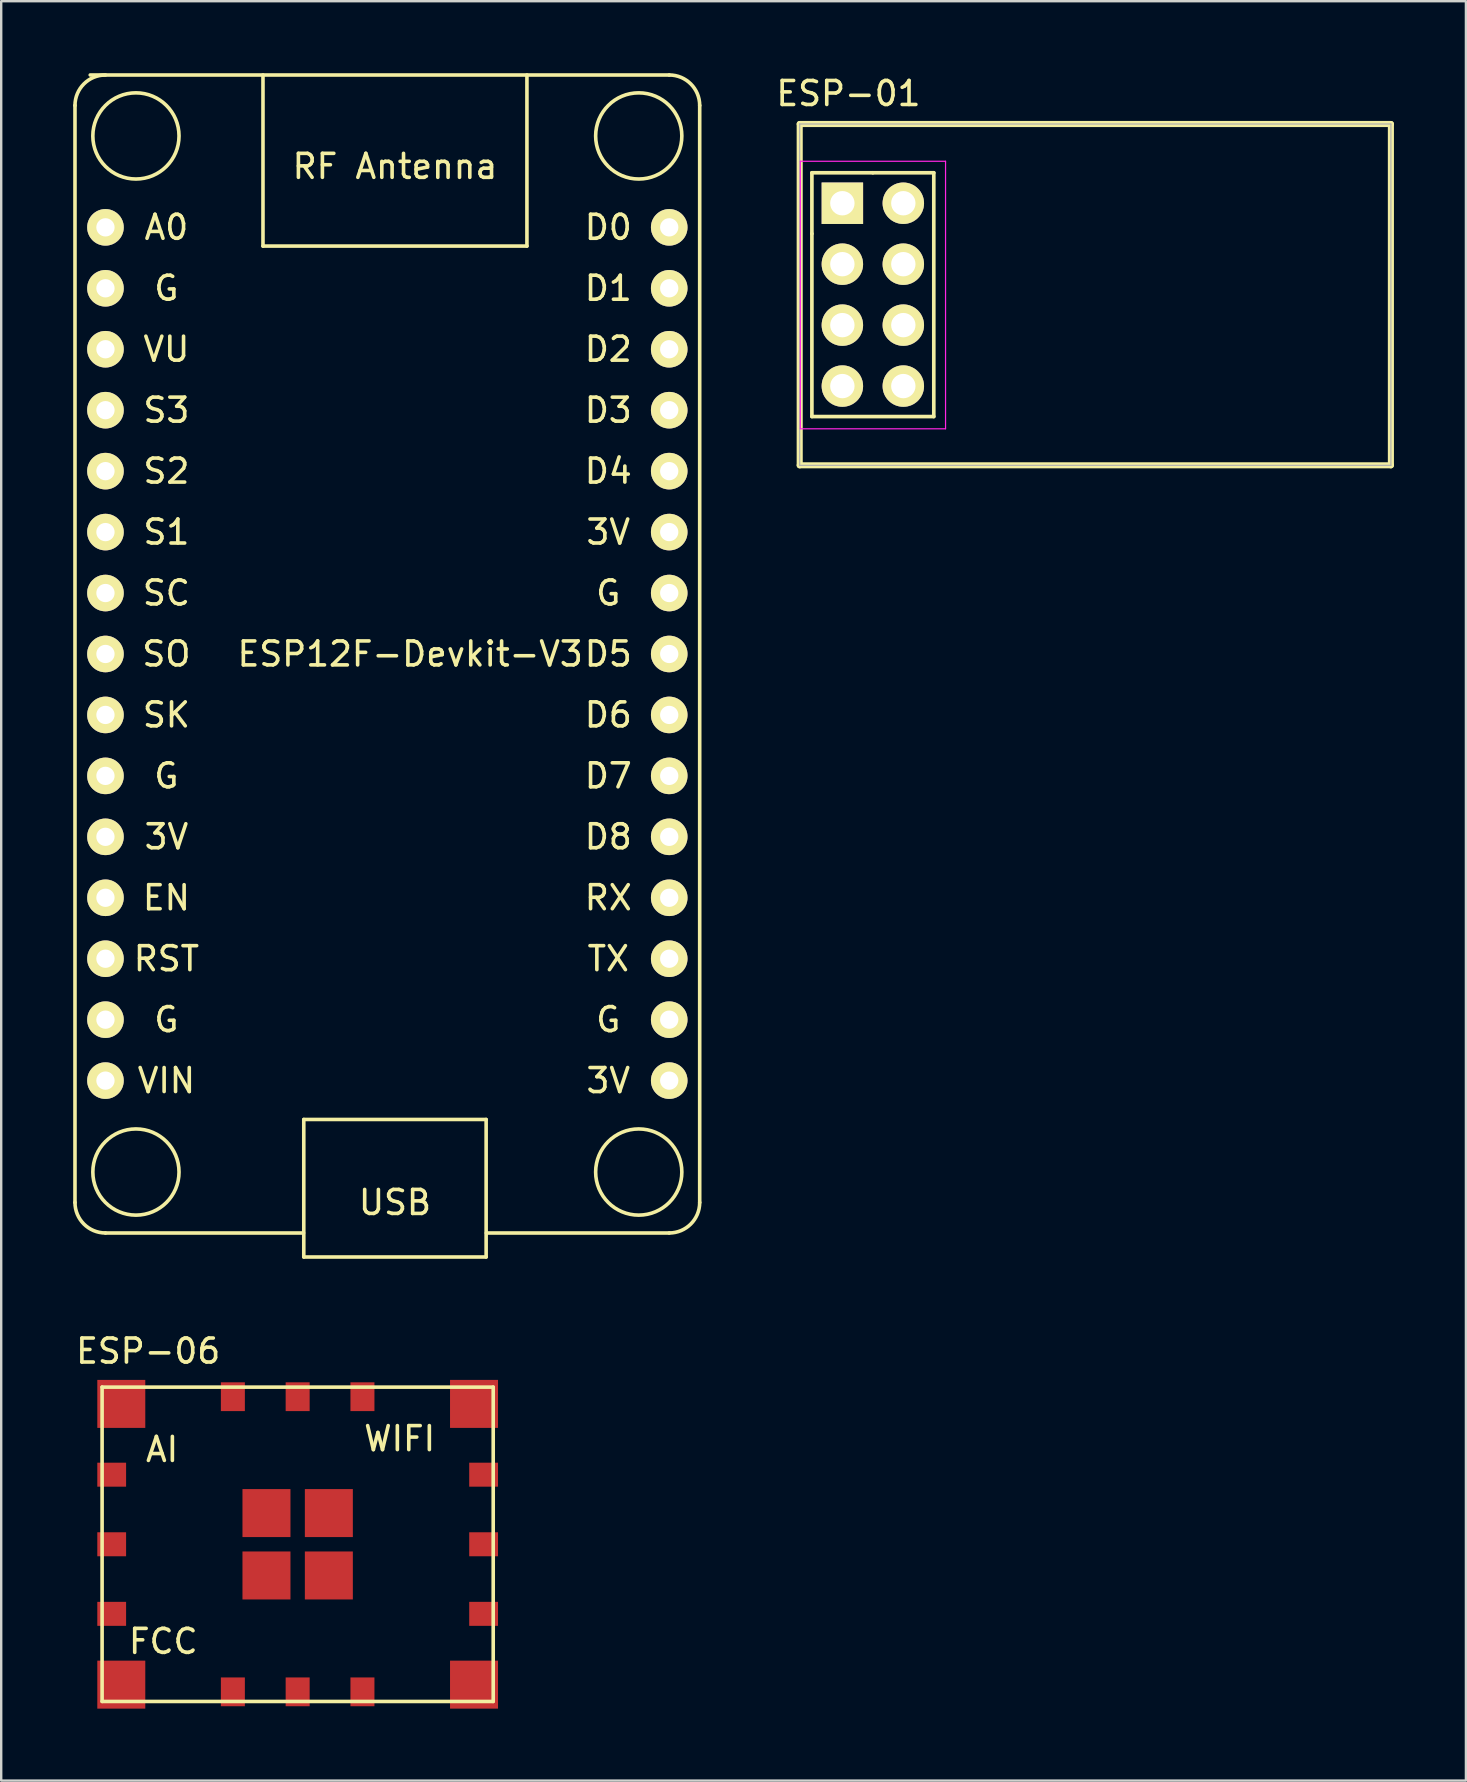
<source format=kicad_pcb>
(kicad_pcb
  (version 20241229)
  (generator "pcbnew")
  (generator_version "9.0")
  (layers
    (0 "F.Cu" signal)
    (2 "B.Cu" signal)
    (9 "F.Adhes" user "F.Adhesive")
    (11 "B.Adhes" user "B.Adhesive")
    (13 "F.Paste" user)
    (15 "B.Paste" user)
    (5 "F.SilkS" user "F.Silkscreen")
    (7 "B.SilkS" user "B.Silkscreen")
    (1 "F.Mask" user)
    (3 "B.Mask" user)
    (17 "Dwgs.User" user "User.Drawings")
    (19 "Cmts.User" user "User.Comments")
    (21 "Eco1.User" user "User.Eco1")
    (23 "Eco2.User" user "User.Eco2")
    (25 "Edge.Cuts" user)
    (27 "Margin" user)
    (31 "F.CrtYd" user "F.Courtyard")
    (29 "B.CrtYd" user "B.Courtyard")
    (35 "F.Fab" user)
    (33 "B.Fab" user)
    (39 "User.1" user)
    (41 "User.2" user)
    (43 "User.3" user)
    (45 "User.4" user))
  (footprint "ESP-01"
    (layer "F.Cu")
    (at 32.056 5.42)
    (property "Reference" "ESP-01" (at 0.254 -4.572 0) (layer "F.SilkS") (effects (font (size 1 1) (thickness 0.15))))
    (attr through_hole)
    (fp_line (start -1.778 -3.302) (end 22.86 -3.302) (stroke (width 0.254) (type solid)) (layer "F.SilkS"))
    (fp_line (start -1.778 10.922) (end -1.778 -3.302) (stroke (width 0.254) (type solid)) (layer "F.SilkS"))
    (fp_line (start -1.27 -1.27) (end -1.27 1.27) (stroke (width 0.152) (type solid)) (layer "F.SilkS"))
    (fp_line (start -1.27 1.27) (end -1.27 8.89) (stroke (width 0.152) (type solid)) (layer "F.SilkS"))
    (fp_line (start -1.27 8.89) (end 3.81 8.89) (stroke (width 0.152) (type solid)) (layer "F.SilkS"))
    (fp_line (start 1.27 -1.27) (end -1.27 -1.27) (stroke (width 0.152) (type solid)) (layer "F.SilkS"))
    (fp_line (start 3.81 -1.27) (end 1.27 -1.27) (stroke (width 0.152) (type solid)) (layer "F.SilkS"))
    (fp_line (start 3.81 8.89) (end 3.81 -1.27) (stroke (width 0.152) (type solid)) (layer "F.SilkS"))
    (fp_line (start 22.86 -3.302) (end 22.86 10.922) (stroke (width 0.254) (type solid)) (layer "F.SilkS"))
    (fp_line (start 22.86 10.922) (end -1.778 10.922) (stroke (width 0.254) (type solid)) (layer "F.SilkS"))
    (fp_line (start -1.75 -1.75) (end -1.75 9.4) (stroke (width 0.05) (type solid)) (layer "F.CrtYd"))
    (fp_line (start -1.75 -1.75) (end 4.3 -1.75) (stroke (width 0.05) (type solid)) (layer "F.CrtYd"))
    (fp_line (start -1.75 9.4) (end 4.3 9.4) (stroke (width 0.05) (type solid)) (layer "F.CrtYd"))
    (fp_line (start 4.3 -1.75) (end 4.3 9.4) (stroke (width 0.05) (type solid)) (layer "F.CrtYd"))
    (fp_line (start -1.778 -3.302) (end 22.86 -3.302) (stroke (width 0.05) (type solid)) (layer "F.Fab"))
    (fp_line (start -1.778 10.922) (end -1.778 -3.302) (stroke (width 0.05) (type solid)) (layer "F.Fab"))
    (fp_line (start 22.86 -3.302) (end 22.86 10.922) (stroke (width 0.05) (type solid)) (layer "F.Fab"))
    (fp_line (start 22.86 10.922) (end -1.778 10.922) (stroke (width 0.05) (type solid)) (layer "F.Fab"))
    (pad "1" thru_hole rect (at 0 0) (size 1.727 1.727) (drill 1.016) (layers "*.Cu" "*.Mask" "F.SilkS"))
    (pad "2" thru_hole oval (at 2.54 0) (size 1.727 1.727) (drill 1.016) (layers "*.Cu" "*.Mask" "F.SilkS"))
    (pad "3" thru_hole oval (at 0 2.54) (size 1.727 1.727) (drill 1.016) (layers "*.Cu" "*.Mask" "F.SilkS"))
    (pad "4" thru_hole oval (at 2.54 2.54) (size 1.727 1.727) (drill 1.016) (layers "*.Cu" "*.Mask" "F.SilkS"))
    (pad "5" thru_hole oval (at 0 5.08) (size 1.727 1.727) (drill 1.016) (layers "*.Cu" "*.Mask" "F.SilkS"))
    (pad "6" thru_hole oval (at 2.54 5.08) (size 1.727 1.727) (drill 1.016) (layers "*.Cu" "*.Mask" "F.SilkS"))
    (pad "7" thru_hole oval (at 0 7.62) (size 1.727 1.727) (drill 1.016) (layers "*.Cu" "*.Mask" "F.SilkS"))
    (pad "8" thru_hole oval (at 2.54 7.62) (size 1.727 1.727) (drill 1.016) (layers "*.Cu" "*.Mask" "F.SilkS")))
  (footprint "ESP12F-Devkit-V3"
    (layer "F.Cu")
    (at 13.41 25.475)
    (property "Reference" "ESP12F-Devkit-V3" (at 0.635 -1.27 0) (layer "F.SilkS") (effects (font (size 1 1) (thickness 0.15))))
    (attr through_hole)
    (fp_line (start -13.335 -24.13) (end -13.335 21.59) (stroke (width 0.15) (type solid)) (layer "F.SilkS"))
    (fp_line (start -5.5 -18.27) (end -5.5 -25.4) (stroke (width 0.15) (type solid)) (layer "F.SilkS"))
    (fp_line (start -3.81 22.86) (end -12.065 22.86) (stroke (width 0.15) (type solid)) (layer "F.SilkS"))
    (fp_line (start -3.8 18.13) (end 3.8 18.13) (stroke (width 0.15) (type solid)) (layer "F.SilkS"))
    (fp_line (start -3.8 23.86) (end -3.8 18.13) (stroke (width 0.15) (type solid)) (layer "F.SilkS"))
    (fp_line (start 3.8 18.13) (end 3.8 23.86) (stroke (width 0.15) (type solid)) (layer "F.SilkS"))
    (fp_line (start 3.8 23.86) (end -3.8 23.86) (stroke (width 0.15) (type solid)) (layer "F.SilkS"))
    (fp_line (start 5.5 -25.4) (end 5.5 -18.27) (stroke (width 0.15) (type solid)) (layer "F.SilkS"))
    (fp_line (start 5.5 -18.27) (end -5.5 -18.27) (stroke (width 0.15) (type solid)) (layer "F.SilkS"))
    (fp_line (start 11.43 -25.4) (end -12.7 -25.4) (stroke (width 0.15) (type solid)) (layer "F.SilkS"))
    (fp_line (start 11.43 22.86) (end 3.81 22.86) (stroke (width 0.15) (type solid)) (layer "F.SilkS"))
    (fp_line (start 12.7 -24.13) (end 12.7 21.59) (stroke (width 0.15) (type solid)) (layer "F.SilkS"))
    (fp_arc (start -13.335 -24.13) (mid -12.963026 -25.028026) (end -12.065 -25.4) (stroke (width 0.15) (type solid)) (layer "F.SilkS"))
    (fp_arc (start -12.065 22.86) (mid -12.963026 22.488026) (end -13.335 21.59) (stroke (width 0.15) (type solid)) (layer "F.SilkS"))
    (fp_arc (start 11.43 -25.4) (mid 12.328026 -25.028026) (end 12.7 -24.13) (stroke (width 0.15) (type solid)) (layer "F.SilkS"))
    (fp_arc (start 12.7 21.59) (mid 12.328026 22.488026) (end 11.43 22.86) (stroke (width 0.15) (type solid)) (layer "F.SilkS"))
    (fp_circle (center -10.795 -22.86) (end -9.525 -24.13) (stroke (width 0.15) (type solid)) (fill no) (layer "F.SilkS"))
    (fp_circle (center -10.795 20.32) (end -9.525 19.05) (stroke (width 0.15) (type solid)) (fill no) (layer "F.SilkS"))
    (fp_circle (center 10.16 -22.86) (end 11.43 -24.13) (stroke (width 0.15) (type solid)) (fill no) (layer "F.SilkS"))
    (fp_circle (center 10.16 20.32) (end 11.43 19.05) (stroke (width 0.15) (type solid)) (fill no) (layer "F.SilkS"))
    (fp_text user "3V" (at 8.89 -6.35 0) (layer "F.SilkS") (effects (font (size 1 1) (thickness 0.15))))
    (fp_text user "D2" (at 8.89 -13.97 0) (layer "F.SilkS") (effects (font (size 1 1) (thickness 0.15))))
    (fp_text user "VIN" (at -9.525 16.51 0) (layer "F.SilkS") (effects (font (size 1 1) (thickness 0.15))))
    (fp_text user "SO" (at -9.525 -1.27 0) (layer "F.SilkS") (effects (font (size 1 1) (thickness 0.15))))
    (fp_text user "D4" (at 8.89 -8.89 0) (layer "F.SilkS") (effects (font (size 1 1) (thickness 0.15))))
    (fp_text user "D0" (at 8.89 -19.05 0) (layer "F.SilkS") (effects (font (size 1 1) (thickness 0.15))))
    (fp_text user "3V" (at -9.525 6.35 0) (layer "F.SilkS") (effects (font (size 1 1) (thickness 0.15))))
    (fp_text user "TX" (at 8.89 11.43 0) (layer "F.SilkS") (effects (font (size 1 1) (thickness 0.15))))
    (fp_text user "SC" (at -9.525 -3.81 0) (layer "F.SilkS") (effects (font (size 1 1) (thickness 0.15))))
    (fp_text user "A0" (at -9.525 -19.05 0) (layer "F.SilkS") (effects (font (size 1 1) (thickness 0.15))))
    (fp_text user "D5" (at 8.89 -1.27 0) (layer "F.SilkS") (effects (font (size 1 1) (thickness 0.15))))
    (fp_text user "G" (at -9.525 13.97 0) (layer "F.SilkS") (effects (font (size 1 1) (thickness 0.15))))
    (fp_text user "RF Antenna" (at 0 -21.59 0) (layer "F.SilkS") (effects (font (size 1 1) (thickness 0.15))))
    (fp_text user "RST" (at -9.525 11.43 0) (layer "F.SilkS") (effects (font (size 1 1) (thickness 0.15))))
    (fp_text user "S2" (at -9.525 -8.89 0) (layer "F.SilkS") (effects (font (size 1 1) (thickness 0.15))))
    (fp_text user "D1" (at 8.89 -16.51 0) (layer "F.SilkS") (effects (font (size 1 1) (thickness 0.15))))
    (fp_text user "D3" (at 8.89 -11.43 0) (layer "F.SilkS") (effects (font (size 1 1) (thickness 0.15))))
    (fp_text user "D8" (at 8.89 6.35 0) (layer "F.SilkS") (effects (font (size 1 1) (thickness 0.15))))
    (fp_text user "USB" (at 0 21.59 0) (layer "F.SilkS") (effects (font (size 1 1) (thickness 0.15))))
    (fp_text user "EN" (at -9.525 8.89 0) (layer "F.SilkS") (effects (font (size 1 1) (thickness 0.15))))
    (fp_text user "SK" (at -9.525 1.27 0) (layer "F.SilkS") (effects (font (size 1 1) (thickness 0.15))))
    (fp_text user "S1" (at -9.525 -6.35 0) (layer "F.SilkS") (effects (font (size 1 1) (thickness 0.15))))
    (fp_text user "D6" (at 8.89 1.27 0) (layer "F.SilkS") (effects (font (size 1 1) (thickness 0.15))))
    (fp_text user "G" (at -9.525 -16.51 0) (layer "F.SilkS") (effects (font (size 1 1) (thickness 0.15))))
    (fp_text user "3V" (at 8.89 16.51 0) (layer "F.SilkS") (effects (font (size 1 1) (thickness 0.15))))
    (fp_text user "G" (at 8.89 -3.81 0) (layer "F.SilkS") (effects (font (size 1 1) (thickness 0.15))))
    (fp_text user "G" (at 8.89 13.97 0) (layer "F.SilkS") (effects (font (size 1 1) (thickness 0.15))))
    (fp_text user "D7" (at 8.89 3.81 0) (layer "F.SilkS") (effects (font (size 1 1) (thickness 0.15))))
    (fp_text user "G" (at -9.525 3.81 0) (layer "F.SilkS") (effects (font (size 1 1) (thickness 0.15))))
    (fp_text user "S3" (at -9.525 -11.43 0) (layer "F.SilkS") (effects (font (size 1 1) (thickness 0.15))))
    (fp_text user "VU" (at -9.525 -13.97 0) (layer "F.SilkS") (effects (font (size 1 1) (thickness 0.15))))
    (fp_text user "RX" (at 8.89 8.89 0) (layer "F.SilkS") (effects (font (size 1 1) (thickness 0.15))))
    (pad "1" thru_hole circle (at -12.065 -19.05) (size 1.524 1.524) (drill 0.762) (layers "*.Cu" "*.Mask" "F.SilkS"))
    (pad "2" thru_hole circle (at -12.065 -16.51) (size 1.524 1.524) (drill 0.762) (layers "*.Cu" "*.Mask" "F.SilkS"))
    (pad "3" thru_hole circle (at -12.065 -13.97) (size 1.524 1.524) (drill 0.762) (layers "*.Cu" "*.Mask" "F.SilkS"))
    (pad "4" thru_hole circle (at -12.065 -11.43) (size 1.524 1.524) (drill 0.762) (layers "*.Cu" "*.Mask" "F.SilkS"))
    (pad "5" thru_hole circle (at -12.065 -8.89) (size 1.524 1.524) (drill 0.762) (layers "*.Cu" "*.Mask" "F.SilkS"))
    (pad "6" thru_hole circle (at -12.065 -6.35) (size 1.524 1.524) (drill 0.762) (layers "*.Cu" "*.Mask" "F.SilkS"))
    (pad "7" thru_hole circle (at -12.065 -3.81) (size 1.524 1.524) (drill 0.762) (layers "*.Cu" "*.Mask" "F.SilkS"))
    (pad "8" thru_hole circle (at -12.065 -1.27) (size 1.524 1.524) (drill 0.762) (layers "*.Cu" "*.Mask" "F.SilkS"))
    (pad "9" thru_hole circle (at -12.065 1.27) (size 1.524 1.524) (drill 0.762) (layers "*.Cu" "*.Mask" "F.SilkS"))
    (pad "10" thru_hole circle (at -12.065 3.81) (size 1.524 1.524) (drill 0.762) (layers "*.Cu" "*.Mask" "F.SilkS"))
    (pad "11" thru_hole circle (at -12.065 6.35) (size 1.524 1.524) (drill 0.762) (layers "*.Cu" "*.Mask" "F.SilkS"))
    (pad "12" thru_hole circle (at -12.065 8.89) (size 1.524 1.524) (drill 0.762) (layers "*.Cu" "*.Mask" "F.SilkS"))
    (pad "13" thru_hole circle (at -12.065 11.43) (size 1.524 1.524) (drill 0.762) (layers "*.Cu" "*.Mask" "F.SilkS"))
    (pad "14" thru_hole circle (at -12.065 13.97) (size 1.524 1.524) (drill 0.762) (layers "*.Cu" "*.Mask" "F.SilkS"))
    (pad "15" thru_hole circle (at -12.065 16.51) (size 1.524 1.524) (drill 0.762) (layers "*.Cu" "*.Mask" "F.SilkS"))
    (pad "16" thru_hole circle (at 11.43 16.51) (size 1.524 1.524) (drill 0.762) (layers "*.Cu" "*.Mask" "F.SilkS"))
    (pad "17" thru_hole circle (at 11.43 13.97) (size 1.524 1.524) (drill 0.762) (layers "*.Cu" "*.Mask" "F.SilkS"))
    (pad "18" thru_hole circle (at 11.43 11.43) (size 1.524 1.524) (drill 0.762) (layers "*.Cu" "*.Mask" "F.SilkS"))
    (pad "19" thru_hole circle (at 11.43 8.89) (size 1.524 1.524) (drill 0.762) (layers "*.Cu" "*.Mask" "F.SilkS"))
    (pad "20" thru_hole circle (at 11.43 6.35) (size 1.524 1.524) (drill 0.762) (layers "*.Cu" "*.Mask" "F.SilkS"))
    (pad "21" thru_hole circle (at 11.43 3.81) (size 1.524 1.524) (drill 0.762) (layers "*.Cu" "*.Mask" "F.SilkS"))
    (pad "22" thru_hole circle (at 11.43 1.27) (size 1.524 1.524) (drill 0.762) (layers "*.Cu" "*.Mask" "F.SilkS"))
    (pad "23" thru_hole circle (at 11.43 -1.27) (size 1.524 1.524) (drill 0.762) (layers "*.Cu" "*.Mask" "F.SilkS"))
    (pad "24" thru_hole circle (at 11.43 -3.81) (size 1.524 1.524) (drill 0.762) (layers "*.Cu" "*.Mask" "F.SilkS"))
    (pad "25" thru_hole circle (at 11.43 -6.35) (size 1.524 1.524) (drill 0.762) (layers "*.Cu" "*.Mask" "F.SilkS"))
    (pad "26" thru_hole circle (at 11.43 -8.89) (size 1.524 1.524) (drill 0.762) (layers "*.Cu" "*.Mask" "F.SilkS"))
    (pad "27" thru_hole circle (at 11.43 -11.43) (size 1.524 1.524) (drill 0.762) (layers "*.Cu" "*.Mask" "F.SilkS"))
    (pad "28" thru_hole circle (at 11.43 -13.97) (size 1.524 1.524) (drill 0.762) (layers "*.Cu" "*.Mask" "F.SilkS"))
    (pad "29" thru_hole circle (at 11.43 -16.51) (size 1.524 1.524) (drill 0.762) (layers "*.Cu" "*.Mask" "F.SilkS"))
    (pad "30" thru_hole circle (at 11.43 -19.05) (size 1.524 1.524) (drill 0.762) (layers "*.Cu" "*.Mask" "F.SilkS")))
  (footprint "ESP-06"
    (layer "F.Cu")
    (at 9.355 61.308)
    (property "Reference" "ESP-06" (at -6.23 -8.05 0) (layer "F.SilkS") (effects (font (size 1 1) (thickness 0.15))))
    (attr through_hole)
    (fp_line (start -8.15 -6.55) (end -8.15 6.55) (stroke (width 0.15) (type solid)) (layer "F.SilkS"))
    (fp_line (start -8.15 6.55) (end 8.15 6.55) (stroke (width 0.15) (type solid)) (layer "F.SilkS"))
    (fp_line (start 8.15 -6.55) (end -8.15 -6.55) (stroke (width 0.15) (type solid)) (layer "F.SilkS"))
    (fp_line (start 8.15 6.55) (end 8.15 -6.55) (stroke (width 0.15) (type solid)) (layer "F.SilkS"))
    (fp_text user "AI" (at -5.65 -3.95 0) (layer "F.SilkS") (effects (font (size 1 1) (thickness 0.15))))
    (fp_text user "WIFI" (at 4.25 -4.4 0) (layer "F.SilkS") (effects (font (size 1 1) (thickness 0.15))))
    (fp_text user "FCC" (at -5.6 4.05 0) (layer "F.SilkS") (effects (font (size 1 1) (thickness 0.15))))
    (pad "1" smd rect (at -7.35 -5.85) (size 2 2) (layers "F.Cu" "F.Mask" "F.Paste"))
    (pad "2" smd rect (at -7.75 -2.9) (size 1.2 1) (layers "F.Cu" "F.Mask" "F.Paste"))
    (pad "3" smd rect (at -7.75 0) (size 1.2 1) (layers "F.Cu" "F.Mask" "F.Paste"))
    (pad "4" smd rect (at -7.75 2.9) (size 1.2 1) (layers "F.Cu" "F.Mask" "F.Paste"))
    (pad "5" smd rect (at -7.35 5.85) (size 2 2) (layers "F.Cu" "F.Mask" "F.Paste"))
    (pad "6" smd rect (at -2.7 6.15) (size 1 1.2) (layers "F.Cu" "F.Mask" "F.Paste"))
    (pad "7" smd rect (at 0 6.15) (size 1 1.2) (layers "F.Cu" "F.Mask" "F.Paste"))
    (pad "8" smd rect (at 2.7 6.15) (size 1 1.2) (layers "F.Cu" "F.Mask" "F.Paste"))
    (pad "9" smd rect (at 7.35 5.85) (size 2 2) (layers "F.Cu" "F.Mask" "F.Paste"))
    (pad "10" smd rect (at 7.75 2.9) (size 1.2 1) (layers "F.Cu" "F.Mask" "F.Paste"))
    (pad "11" smd rect (at 7.75 0) (size 1.2 1) (layers "F.Cu" "F.Mask" "F.Paste"))
    (pad "12" smd rect (at 7.75 -2.9) (size 1.2 1) (layers "F.Cu" "F.Mask" "F.Paste"))
    (pad "13" smd rect (at 7.35 -5.85) (size 2 2) (layers "F.Cu" "F.Mask" "F.Paste"))
    (pad "14" smd rect (at 2.7 -6.15) (size 1 1.2) (layers "F.Cu" "F.Mask" "F.Paste"))
    (pad "15" smd rect (at 0 -6.15) (size 1 1.2) (layers "F.Cu" "F.Mask" "F.Paste"))
    (pad "16" smd rect (at -2.7 -6.15) (size 1 1.2) (layers "F.Cu" "F.Mask" "F.Paste"))
    (pad "17" smd rect (at -1.3 -1.3) (size 2 2) (layers "F.Cu" "F.Mask" "F.Paste"))
    (pad "18" smd rect (at -1.3 1.3) (size 2 2) (layers "F.Cu" "F.Mask" "F.Paste"))
    (pad "19" smd rect (at 1.3 1.3) (size 2 2) (layers "F.Cu" "F.Mask" "F.Paste"))
    (pad "20" smd rect (at 1.3 -1.3) (size 2 2) (layers "F.Cu" "F.Mask" "F.Paste")))
  (gr_rect
    (start -3 -3)
    (end 58.043 71.158)
    (stroke (width 0.1) (type default))
    (fill no)
    (layer "Edge.Cuts")))
</source>
